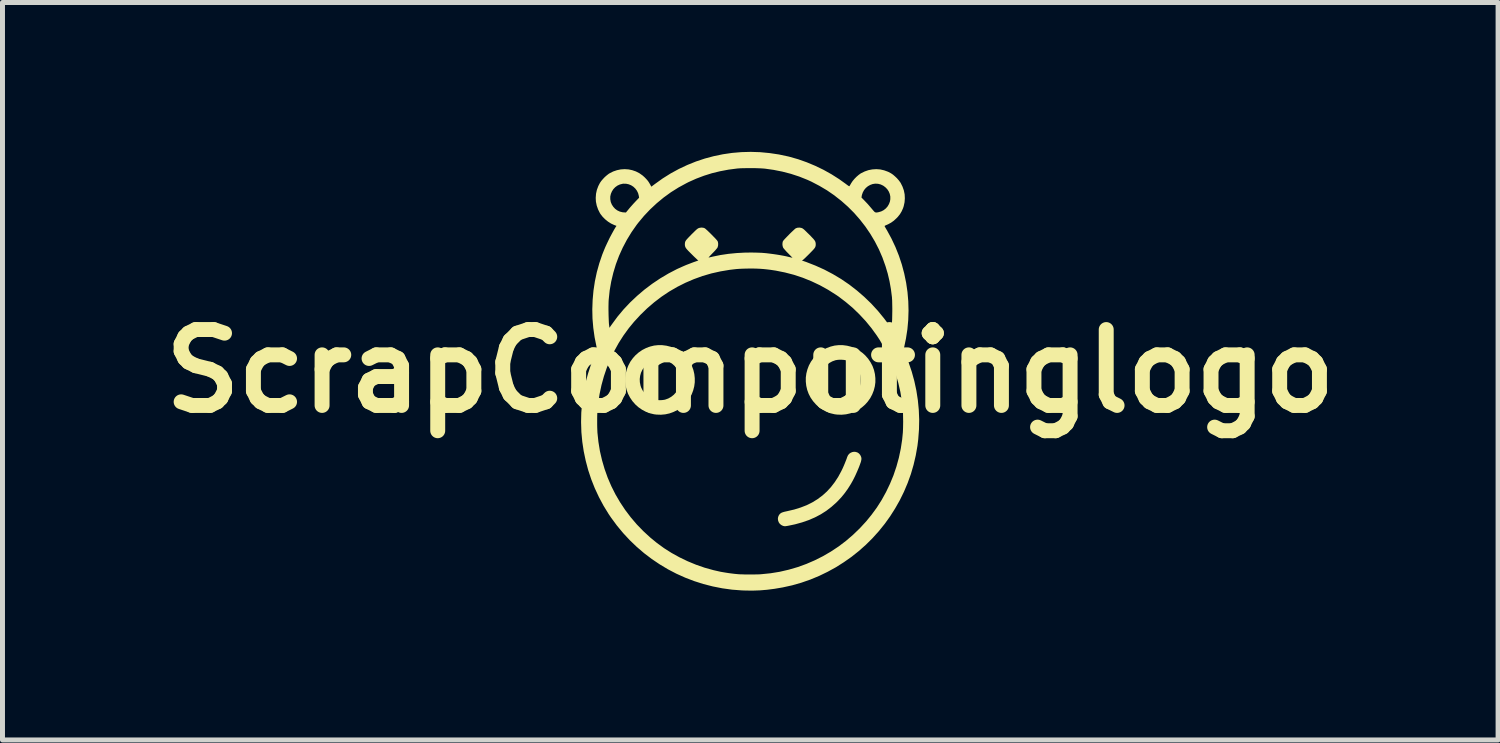
<source format=kicad_pcb>
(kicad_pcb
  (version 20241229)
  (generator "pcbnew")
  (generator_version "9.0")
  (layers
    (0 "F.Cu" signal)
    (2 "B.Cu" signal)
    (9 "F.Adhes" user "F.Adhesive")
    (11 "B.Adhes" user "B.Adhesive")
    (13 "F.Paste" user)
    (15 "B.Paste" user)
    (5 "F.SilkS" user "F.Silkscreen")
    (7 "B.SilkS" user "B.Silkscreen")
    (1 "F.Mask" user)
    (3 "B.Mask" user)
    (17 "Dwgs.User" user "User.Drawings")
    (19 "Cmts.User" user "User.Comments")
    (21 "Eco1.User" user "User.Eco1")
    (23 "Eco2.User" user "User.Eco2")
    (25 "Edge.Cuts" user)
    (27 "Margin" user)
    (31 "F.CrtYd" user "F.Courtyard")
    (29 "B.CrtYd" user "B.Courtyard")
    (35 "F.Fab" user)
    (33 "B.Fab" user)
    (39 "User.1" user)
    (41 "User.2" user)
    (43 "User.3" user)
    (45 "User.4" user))
  (footprint "ScrapComputinglogo"
    (layer "F.Cu")
    (at 12.018 4.403)
    (property "Reference" "ScrapComputinglogo" (at 0 0 0) (layer "F.SilkS") (effects (font (size 1.524 1.524) (thickness 0.3))))
    (attr board_only exclude_from_pos_files exclude_from_bom)
    (fp_poly (pts (xy 2.118 1.623) (xy 2.152 1.634) (xy 2.182 1.654) (xy 2.207 1.683) (xy 2.213 1.694) (xy 2.226 1.722) (xy 2.232 1.749) (xy 2.231 1.778) (xy 2.224 1.811) (xy 2.218 1.832) (xy 2.185 1.923) (xy 2.146 2.016) (xy 2.104 2.109) (xy 2.06 2.196) (xy 2.018 2.27) (xy 1.96 2.362) (xy 1.9 2.446) (xy 1.836 2.525) (xy 1.765 2.602) (xy 1.726 2.641) (xy 1.629 2.727) (xy 1.526 2.806) (xy 1.416 2.876) (xy 1.298 2.938) (xy 1.173 2.992) (xy 1.04 3.038) (xy 0.899 3.077) (xy 0.785 3.101) (xy 0.75 3.108) (xy 0.724 3.112) (xy 0.705 3.115) (xy 0.691 3.115) (xy 0.678 3.113) (xy 0.665 3.11) (xy 0.657 3.108) (xy 0.622 3.091) (xy 0.593 3.067) (xy 0.572 3.037) (xy 0.559 3.003) (xy 0.554 2.967) (xy 0.559 2.93) (xy 0.574 2.895) (xy 0.582 2.883) (xy 0.596 2.867) (xy 0.611 2.854) (xy 0.63 2.843) (xy 0.654 2.834) (xy 0.685 2.825) (xy 0.726 2.816) (xy 0.748 2.811) (xy 0.885 2.779) (xy 1.013 2.739) (xy 1.134 2.692) (xy 1.246 2.636) (xy 1.35 2.572) (xy 1.447 2.5) (xy 1.537 2.419) (xy 1.62 2.329) (xy 1.696 2.23) (xy 1.767 2.121) (xy 1.831 2.003) (xy 1.831 2.002) (xy 1.852 1.959) (xy 1.874 1.91) (xy 1.896 1.858) (xy 1.916 1.808) (xy 1.934 1.762) (xy 1.946 1.726) (xy 1.963 1.689) (xy 1.987 1.66) (xy 2.017 1.639) (xy 2.049 1.626) (xy 2.084 1.62)) (stroke (width 0) (type solid)) (fill yes) (layer "F.SilkS"))
    (fp_poly (pts (xy -1.766 -0.521) (xy -1.683 -0.51) (xy -1.602 -0.49) (xy -1.523 -0.459) (xy -1.448 -0.418) (xy -1.376 -0.368) (xy -1.32 -0.317) (xy -1.261 -0.25) (xy -1.211 -0.178) (xy -1.172 -0.102) (xy -1.143 -0.023) (xy -1.124 0.059) (xy -1.115 0.142) (xy -1.115 0.225) (xy -1.126 0.307) (xy -1.147 0.388) (xy -1.177 0.467) (xy -1.218 0.543) (xy -1.269 0.614) (xy -1.32 0.671) (xy -1.387 0.73) (xy -1.46 0.78) (xy -1.539 0.819) (xy -1.621 0.849) (xy -1.706 0.868) (xy -1.794 0.876) (xy -1.883 0.873) (xy -1.932 0.867) (xy -2.016 0.847) (xy -2.098 0.816) (xy -2.175 0.775) (xy -2.248 0.724) (xy -2.307 0.671) (xy -2.366 0.604) (xy -2.415 0.532) (xy -2.455 0.456) (xy -2.484 0.377) (xy -2.503 0.295) (xy -2.512 0.212) (xy -2.512 0.157) (xy -2.22 0.157) (xy -2.218 0.222) (xy -2.205 0.288) (xy -2.193 0.326) (xy -2.164 0.385) (xy -2.126 0.439) (xy -2.079 0.486) (xy -2.026 0.525) (xy -1.966 0.555) (xy -1.902 0.576) (xy -1.893 0.578) (xy -1.858 0.582) (xy -1.816 0.584) (xy -1.773 0.582) (xy -1.733 0.577) (xy -1.709 0.572) (xy -1.646 0.549) (xy -1.588 0.516) (xy -1.536 0.475) (xy -1.491 0.425) (xy -1.454 0.369) (xy -1.427 0.307) (xy -1.418 0.278) (xy -1.411 0.244) (xy -1.408 0.203) (xy -1.408 0.159) (xy -1.41 0.117) (xy -1.416 0.081) (xy -1.418 0.076) (xy -1.441 0.011) (xy -1.474 -0.048) (xy -1.516 -0.101) (xy -1.566 -0.146) (xy -1.622 -0.183) (xy -1.685 -0.21) (xy -1.712 -0.219) (xy -1.746 -0.225) (xy -1.787 -0.228) (xy -1.831 -0.229) (xy -1.873 -0.226) (xy -1.909 -0.22) (xy -1.915 -0.219) (xy -1.979 -0.196) (xy -2.038 -0.164) (xy -2.089 -0.124) (xy -2.132 -0.077) (xy -2.168 -0.025) (xy -2.195 0.033) (xy -2.212 0.094) (xy -2.22 0.157) (xy -2.512 0.157) (xy -2.512 0.129) (xy -2.501 0.047) (xy -2.48 -0.034) (xy -2.449 -0.113) (xy -2.409 -0.189) (xy -2.358 -0.26) (xy -2.307 -0.317) (xy -2.24 -0.376) (xy -2.168 -0.425) (xy -2.092 -0.464) (xy -2.013 -0.493) (xy -1.932 -0.513) (xy -1.849 -0.522)) (stroke (width 0) (type solid)) (fill yes) (layer "F.SilkS"))
    (fp_poly (pts (xy 1.861 -0.521) (xy 1.944 -0.51) (xy 2.025 -0.49) (xy 2.104 -0.459) (xy 2.179 -0.418) (xy 2.25 -0.368) (xy 2.307 -0.317) (xy 2.366 -0.25) (xy 2.415 -0.178) (xy 2.455 -0.102) (xy 2.484 -0.023) (xy 2.503 0.059) (xy 2.512 0.142) (xy 2.512 0.225) (xy 2.501 0.307) (xy 2.48 0.388) (xy 2.449 0.467) (xy 2.409 0.543) (xy 2.358 0.614) (xy 2.307 0.671) (xy 2.24 0.73) (xy 2.167 0.78) (xy 2.088 0.819) (xy 2.006 0.849) (xy 1.921 0.868) (xy 1.833 0.876) (xy 1.744 0.873) (xy 1.695 0.867) (xy 1.611 0.847) (xy 1.529 0.816) (xy 1.452 0.775) (xy 1.379 0.724) (xy 1.32 0.671) (xy 1.261 0.604) (xy 1.211 0.532) (xy 1.172 0.456) (xy 1.143 0.377) (xy 1.124 0.295) (xy 1.115 0.212) (xy 1.115 0.157) (xy 1.407 0.157) (xy 1.409 0.222) (xy 1.422 0.288) (xy 1.434 0.326) (xy 1.463 0.385) (xy 1.501 0.439) (xy 1.548 0.486) (xy 1.601 0.525) (xy 1.661 0.555) (xy 1.725 0.576) (xy 1.734 0.578) (xy 1.769 0.582) (xy 1.811 0.584) (xy 1.854 0.582) (xy 1.894 0.577) (xy 1.918 0.572) (xy 1.981 0.549) (xy 2.039 0.516) (xy 2.091 0.475) (xy 2.136 0.425) (xy 2.173 0.369) (xy 2.2 0.307) (xy 2.209 0.278) (xy 2.216 0.244) (xy 2.219 0.203) (xy 2.219 0.159) (xy 2.216 0.117) (xy 2.211 0.081) (xy 2.209 0.076) (xy 2.186 0.011) (xy 2.153 -0.048) (xy 2.111 -0.101) (xy 2.061 -0.146) (xy 2.004 -0.183) (xy 1.942 -0.21) (xy 1.915 -0.219) (xy 1.881 -0.225) (xy 1.839 -0.228) (xy 1.796 -0.229) (xy 1.754 -0.226) (xy 1.718 -0.22) (xy 1.712 -0.219) (xy 1.647 -0.196) (xy 1.589 -0.164) (xy 1.538 -0.124) (xy 1.495 -0.077) (xy 1.459 -0.025) (xy 1.432 0.033) (xy 1.415 0.094) (xy 1.407 0.157) (xy 1.115 0.157) (xy 1.115 0.129) (xy 1.126 0.047) (xy 1.147 -0.034) (xy 1.177 -0.113) (xy 1.218 -0.189) (xy 1.269 -0.26) (xy 1.32 -0.317) (xy 1.387 -0.376) (xy 1.459 -0.425) (xy 1.535 -0.464) (xy 1.614 -0.493) (xy 1.695 -0.513) (xy 1.778 -0.522)) (stroke (width 0) (type solid)) (fill yes) (layer "F.SilkS"))
    (fp_poly (pts (xy 0.197 -4.397) (xy 0.386 -4.379) (xy 0.574 -4.351) (xy 0.762 -4.311) (xy 0.786 -4.305) (xy 0.961 -4.255) (xy 1.134 -4.194) (xy 1.304 -4.123) (xy 1.47 -4.043) (xy 1.631 -3.953) (xy 1.785 -3.855) (xy 1.915 -3.762) (xy 1.944 -3.74) (xy 1.965 -3.725) (xy 1.979 -3.716) (xy 1.988 -3.713) (xy 1.992 -3.715) (xy 1.997 -3.723) (xy 2.006 -3.739) (xy 2.018 -3.759) (xy 2.027 -3.775) (xy 2.055 -3.817) (xy 2.091 -3.86) (xy 2.132 -3.902) (xy 2.175 -3.939) (xy 2.216 -3.969) (xy 2.221 -3.972) (xy 2.296 -4.009) (xy 2.373 -4.036) (xy 2.451 -4.051) (xy 2.531 -4.056) (xy 2.611 -4.05) (xy 2.689 -4.032) (xy 2.766 -4.004) (xy 2.827 -3.972) (xy 2.865 -3.946) (xy 2.905 -3.912) (xy 2.945 -3.874) (xy 2.981 -3.833) (xy 3.01 -3.794) (xy 3.02 -3.779) (xy 3.057 -3.705) (xy 3.084 -3.629) (xy 3.1 -3.55) (xy 3.104 -3.47) (xy 3.098 -3.39) (xy 3.081 -3.312) (xy 3.068 -3.272) (xy 3.04 -3.209) (xy 3.006 -3.152) (xy 2.963 -3.098) (xy 2.936 -3.07) (xy 2.883 -3.021) (xy 2.827 -2.981) (xy 2.768 -2.949) (xy 2.743 -2.938) (xy 2.722 -2.929) (xy 2.706 -2.921) (xy 2.698 -2.915) (xy 2.697 -2.913) (xy 2.7 -2.906) (xy 2.708 -2.891) (xy 2.72 -2.87) (xy 2.735 -2.844) (xy 2.745 -2.828) (xy 2.835 -2.662) (xy 2.915 -2.492) (xy 2.985 -2.317) (xy 3.044 -2.139) (xy 3.092 -1.958) (xy 3.13 -1.774) (xy 3.157 -1.588) (xy 3.173 -1.401) (xy 3.178 -1.214) (xy 3.172 -1.026) (xy 3.155 -0.839) (xy 3.126 -0.653) (xy 3.093 -0.494) (xy 3.076 -0.422) (xy 3.105 -0.357) (xy 3.179 -0.176) (xy 3.242 0.01) (xy 3.294 0.198) (xy 3.335 0.389) (xy 3.365 0.583) (xy 3.384 0.778) (xy 3.392 0.974) (xy 3.388 1.171) (xy 3.373 1.369) (xy 3.357 1.501) (xy 3.323 1.694) (xy 3.279 1.883) (xy 3.225 2.068) (xy 3.16 2.248) (xy 3.086 2.423) (xy 3.002 2.594) (xy 2.909 2.758) (xy 2.808 2.917) (xy 2.698 3.07) (xy 2.58 3.216) (xy 2.454 3.356) (xy 2.321 3.488) (xy 2.18 3.613) (xy 2.033 3.73) (xy 1.879 3.838) (xy 1.72 3.939) (xy 1.554 4.03) (xy 1.383 4.113) (xy 1.207 4.186) (xy 1.026 4.249) (xy 0.841 4.302) (xy 0.651 4.344) (xy 0.486 4.372) (xy 0.339 4.391) (xy 0.197 4.403) (xy 0.058 4.408) (xy -0.083 4.407) (xy -0.17 4.404) (xy -0.367 4.389) (xy -0.562 4.362) (xy -0.754 4.324) (xy -0.942 4.276) (xy -1.127 4.217) (xy -1.307 4.148) (xy -1.483 4.069) (xy -1.654 3.98) (xy -1.819 3.881) (xy -1.979 3.773) (xy -2.133 3.656) (xy -2.28 3.53) (xy -2.421 3.395) (xy -2.554 3.252) (xy -2.679 3.101) (xy -2.797 2.941) (xy -2.845 2.87) (xy -2.948 2.702) (xy -3.04 2.53) (xy -3.122 2.354) (xy -3.194 2.173) (xy -3.255 1.989) (xy -3.305 1.801) (xy -3.345 1.611) (xy -3.374 1.419) (xy -3.392 1.226) (xy -3.398 1.031) (xy -3.398 1.008) (xy -3.075 1.008) (xy -3.075 1.07) (xy -3.074 1.129) (xy -3.072 1.183) (xy -3.07 1.228) (xy -3.07 1.233) (xy -3.05 1.421) (xy -3.02 1.606) (xy -2.978 1.788) (xy -2.926 1.966) (xy -2.864 2.14) (xy -2.791 2.31) (xy -2.708 2.475) (xy -2.615 2.634) (xy -2.512 2.789) (xy -2.4 2.937) (xy -2.279 3.079) (xy -2.148 3.214) (xy -2.009 3.342) (xy -1.877 3.45) (xy -1.733 3.555) (xy -1.582 3.651) (xy -1.423 3.739) (xy -1.259 3.818) (xy -1.09 3.888) (xy -0.917 3.948) (xy -0.741 3.997) (xy -0.596 4.03) (xy -0.55 4.038) (xy -0.496 4.047) (xy -0.438 4.056) (xy -0.378 4.064) (xy -0.321 4.071) (xy -0.27 4.076) (xy -0.238 4.079) (xy -0.202 4.081) (xy -0.157 4.082) (xy -0.105 4.084) (xy -0.049 4.084) (xy 0.009 4.084) (xy 0.065 4.084) (xy 0.119 4.083) (xy 0.166 4.082) (xy 0.206 4.08) (xy 0.218 4.079) (xy 0.406 4.06) (xy 0.591 4.03) (xy 0.772 3.988) (xy 0.951 3.936) (xy 1.125 3.873) (xy 1.294 3.8) (xy 1.459 3.717) (xy 1.619 3.624) (xy 1.773 3.522) (xy 1.921 3.41) (xy 2.063 3.288) (xy 2.198 3.158) (xy 2.327 3.018) (xy 2.434 2.887) (xy 2.541 2.741) (xy 2.639 2.587) (xy 2.727 2.427) (xy 2.806 2.262) (xy 2.876 2.092) (xy 2.935 1.917) (xy 2.984 1.739) (xy 3.022 1.559) (xy 3.05 1.376) (xy 3.064 1.233) (xy 3.066 1.189) (xy 3.068 1.137) (xy 3.069 1.078) (xy 3.07 1.017) (xy 3.069 0.955) (xy 3.068 0.896) (xy 3.067 0.843) (xy 3.064 0.797) (xy 3.064 0.792) (xy 3.044 0.604) (xy 3.014 0.418) (xy 2.972 0.235) (xy 2.919 0.056) (xy 2.855 -0.121) (xy 2.781 -0.293) (xy 2.695 -0.461) (xy 2.6 -0.624) (xy 2.541 -0.714) (xy 2.434 -0.862) (xy 2.317 -1.005) (xy 2.191 -1.14) (xy 2.058 -1.269) (xy 1.917 -1.388) (xy 1.771 -1.499) (xy 1.724 -1.531) (xy 1.563 -1.633) (xy 1.397 -1.725) (xy 1.228 -1.805) (xy 1.055 -1.875) (xy 0.877 -1.934) (xy 0.696 -1.981) (xy 0.512 -2.018) (xy 0.407 -2.034) (xy 0.333 -2.043) (xy 0.265 -2.05) (xy 0.199 -2.055) (xy 0.132 -2.058) (xy 0.059 -2.06) (xy -0.003 -2.06) (xy -0.082 -2.059) (xy -0.153 -2.057) (xy -0.22 -2.054) (xy -0.286 -2.049) (xy -0.355 -2.041) (xy -0.413 -2.034) (xy -0.598 -2.003) (xy -0.781 -1.962) (xy -0.959 -1.91) (xy -1.133 -1.847) (xy -1.303 -1.774) (xy -1.468 -1.691) (xy -1.628 -1.598) (xy -1.782 -1.495) (xy -1.93 -1.382) (xy -2.072 -1.26) (xy -2.207 -1.129) (xy -2.336 -0.989) (xy -2.441 -0.861) (xy -2.547 -0.715) (xy -2.644 -0.563) (xy -2.732 -0.403) (xy -2.811 -0.239) (xy -2.881 -0.069) (xy -2.94 0.105) (xy -2.989 0.283) (xy -3.027 0.463) (xy -3.055 0.644) (xy -3.07 0.792) (xy -3.072 0.836) (xy -3.074 0.888) (xy -3.075 0.947) (xy -3.075 1.008) (xy -3.398 1.008) (xy -3.394 0.836) (xy -3.378 0.64) (xy -3.351 0.445) (xy -3.334 0.35) (xy -3.3 0.199) (xy -3.257 0.045) (xy -3.207 -0.109) (xy -3.151 -0.26) (xy -3.102 -0.377) (xy -3.075 -0.437) (xy -3.09 -0.498) (xy -3.127 -0.682) (xy -3.153 -0.868) (xy -3.169 -1.055) (xy -3.173 -1.243) (xy -3.171 -1.292) (xy -2.848 -1.292) (xy -2.848 -1.235) (xy -2.847 -1.177) (xy -2.846 -1.119) (xy -2.844 -1.063) (xy -2.842 -1.013) (xy -2.84 -0.969) (xy -2.837 -0.934) (xy -2.836 -0.93) (xy -2.829 -0.87) (xy -2.781 -0.938) (xy -2.668 -1.092) (xy -2.545 -1.239) (xy -2.413 -1.379) (xy -2.272 -1.512) (xy -2.125 -1.637) (xy -1.97 -1.754) (xy -1.809 -1.862) (xy -1.642 -1.961) (xy -1.471 -2.05) (xy -1.373 -2.094) (xy -1.33 -2.113) (xy -1.283 -2.133) (xy -1.233 -2.152) (xy -1.184 -2.171) (xy -1.139 -2.188) (xy -1.101 -2.201) (xy -1.087 -2.206) (xy -1.064 -2.214) (xy -1.05 -2.22) (xy -1.044 -2.225) (xy -1.047 -2.228) (xy -1.051 -2.228) (xy -1.057 -2.232) (xy -1.07 -2.243) (xy -1.088 -2.261) (xy -1.112 -2.283) (xy -1.139 -2.309) (xy -1.169 -2.339) (xy -1.173 -2.343) (xy -1.211 -2.381) (xy -1.242 -2.412) (xy -1.266 -2.438) (xy -1.284 -2.459) (xy -1.297 -2.478) (xy -1.305 -2.494) (xy -1.31 -2.51) (xy -1.313 -2.526) (xy -1.314 -2.543) (xy -1.314 -2.548) (xy -1.313 -2.566) (xy -1.311 -2.582) (xy -1.307 -2.598) (xy -1.299 -2.614) (xy -1.287 -2.632) (xy -1.27 -2.652) (xy -1.247 -2.677) (xy -1.218 -2.707) (xy -1.182 -2.744) (xy -1.174 -2.752) (xy -1.14 -2.785) (xy -1.113 -2.812) (xy -1.092 -2.832) (xy -1.075 -2.847) (xy -1.062 -2.857) (xy -1.051 -2.865) (xy -1.041 -2.87) (xy -1.032 -2.873) (xy -1.025 -2.876) (xy -0.983 -2.883) (xy -0.943 -2.879) (xy -0.913 -2.868) (xy -0.903 -2.86) (xy -0.887 -2.846) (xy -0.864 -2.826) (xy -0.838 -2.801) (xy -0.809 -2.773) (xy -0.778 -2.742) (xy -0.774 -2.738) (xy -0.74 -2.703) (xy -0.712 -2.675) (xy -0.692 -2.653) (xy -0.676 -2.635) (xy -0.665 -2.622) (xy -0.658 -2.611) (xy -0.653 -2.602) (xy -0.65 -2.593) (xy -0.65 -2.593) (xy -0.645 -2.558) (xy -0.647 -2.521) (xy -0.656 -2.487) (xy -0.659 -2.481) (xy -0.666 -2.47) (xy -0.681 -2.452) (xy -0.7 -2.429) (xy -0.724 -2.403) (xy -0.751 -2.375) (xy -0.757 -2.369) (xy -0.782 -2.343) (xy -0.804 -2.32) (xy -0.821 -2.301) (xy -0.833 -2.288) (xy -0.839 -2.281) (xy -0.839 -2.281) (xy -0.832 -2.282) (xy -0.816 -2.285) (xy -0.793 -2.29) (xy -0.766 -2.296) (xy -0.761 -2.298) (xy -0.6 -2.331) (xy -0.438 -2.355) (xy -0.274 -2.371) (xy -0.104 -2.38) (xy -0.003 -2.381) (xy 0.046 -2.381) (xy 0.095 -2.38) (xy 0.143 -2.379) (xy 0.187 -2.377) (xy 0.224 -2.376) (xy 0.25 -2.374) (xy 0.32 -2.368) (xy 0.395 -2.359) (xy 0.471 -2.349) (xy 0.545 -2.338) (xy 0.616 -2.326) (xy 0.68 -2.314) (xy 0.728 -2.304) (xy 0.756 -2.297) (xy 0.786 -2.29) (xy 0.811 -2.284) (xy 0.812 -2.284) (xy 0.848 -2.276) (xy 0.759 -2.367) (xy 0.731 -2.395) (xy 0.706 -2.423) (xy 0.685 -2.447) (xy 0.669 -2.466) (xy 0.66 -2.479) (xy 0.659 -2.481) (xy 0.649 -2.513) (xy 0.645 -2.55) (xy 0.649 -2.586) (xy 0.65 -2.593) (xy 0.653 -2.602) (xy 0.658 -2.611) (xy 0.665 -2.622) (xy 0.676 -2.635) (xy 0.691 -2.652) (xy 0.712 -2.674) (xy 0.739 -2.702) (xy 0.774 -2.737) (xy 0.774 -2.738) (xy 0.805 -2.769) (xy 0.835 -2.798) (xy 0.862 -2.823) (xy 0.884 -2.844) (xy 0.902 -2.859) (xy 0.912 -2.867) (xy 0.913 -2.868) (xy 0.95 -2.88) (xy 0.99 -2.882) (xy 1.025 -2.876) (xy 1.035 -2.872) (xy 1.045 -2.868) (xy 1.055 -2.862) (xy 1.066 -2.854) (xy 1.081 -2.842) (xy 1.099 -2.825) (xy 1.122 -2.803) (xy 1.151 -2.774) (xy 1.174 -2.752) (xy 1.212 -2.714) (xy 1.242 -2.682) (xy 1.266 -2.657) (xy 1.284 -2.635) (xy 1.297 -2.617) (xy 1.305 -2.601) (xy 1.31 -2.585) (xy 1.313 -2.57) (xy 1.314 -2.552) (xy 1.314 -2.551) (xy 1.314 -2.532) (xy 1.312 -2.516) (xy 1.308 -2.501) (xy 1.302 -2.486) (xy 1.291 -2.469) (xy 1.276 -2.45) (xy 1.255 -2.427) (xy 1.228 -2.399) (xy 1.194 -2.364) (xy 1.187 -2.357) (xy 1.157 -2.327) (xy 1.128 -2.299) (xy 1.103 -2.274) (xy 1.081 -2.254) (xy 1.066 -2.24) (xy 1.057 -2.233) (xy 1.037 -2.221) (xy 1.124 -2.191) (xy 1.306 -2.12) (xy 1.484 -2.04) (xy 1.657 -1.949) (xy 1.825 -1.849) (xy 1.986 -1.739) (xy 2.141 -1.619) (xy 2.289 -1.491) (xy 2.43 -1.355) (xy 2.563 -1.21) (xy 2.688 -1.057) (xy 2.724 -1.009) (xy 2.746 -0.98) (xy 2.767 -0.951) (xy 2.786 -0.924) (xy 2.8 -0.903) (xy 2.806 -0.895) (xy 2.829 -0.859) (xy 2.833 -0.878) (xy 2.835 -0.891) (xy 2.838 -0.912) (xy 2.841 -0.94) (xy 2.844 -0.969) (xy 2.847 -1.001) (xy 2.849 -1.043) (xy 2.85 -1.092) (xy 2.851 -1.147) (xy 2.852 -1.204) (xy 2.852 -1.262) (xy 2.851 -1.319) (xy 2.85 -1.372) (xy 2.849 -1.42) (xy 2.846 -1.46) (xy 2.845 -1.483) (xy 2.824 -1.648) (xy 2.796 -1.806) (xy 2.76 -1.959) (xy 2.715 -2.11) (xy 2.661 -2.261) (xy 2.654 -2.281) (xy 2.583 -2.445) (xy 2.502 -2.603) (xy 2.411 -2.756) (xy 2.311 -2.903) (xy 2.202 -3.043) (xy 2.085 -3.177) (xy 1.96 -3.302) (xy 1.827 -3.42) (xy 1.742 -3.486) (xy 2.233 -3.486) (xy 2.279 -3.439) (xy 2.321 -3.395) (xy 2.36 -3.354) (xy 2.397 -3.311) (xy 2.437 -3.264) (xy 2.448 -3.251) (xy 2.471 -3.224) (xy 2.488 -3.205) (xy 2.502 -3.193) (xy 2.516 -3.187) (xy 2.531 -3.185) (xy 2.551 -3.187) (xy 2.576 -3.192) (xy 2.577 -3.192) (xy 2.631 -3.208) (xy 2.679 -3.233) (xy 2.722 -3.267) (xy 2.758 -3.308) (xy 2.786 -3.356) (xy 2.805 -3.408) (xy 2.812 -3.452) (xy 2.812 -3.507) (xy 2.801 -3.559) (xy 2.78 -3.609) (xy 2.75 -3.654) (xy 2.713 -3.692) (xy 2.67 -3.724) (xy 2.62 -3.748) (xy 2.566 -3.762) (xy 2.565 -3.762) (xy 2.511 -3.765) (xy 2.458 -3.757) (xy 2.408 -3.739) (xy 2.362 -3.713) (xy 2.321 -3.679) (xy 2.286 -3.637) (xy 2.26 -3.59) (xy 2.242 -3.538) (xy 2.239 -3.523) (xy 2.233 -3.486) (xy 1.742 -3.486) (xy 1.687 -3.53) (xy 1.54 -3.631) (xy 1.386 -3.722) (xy 1.227 -3.805) (xy 1.146 -3.842) (xy 0.983 -3.907) (xy 0.815 -3.962) (xy 0.642 -4.007) (xy 0.465 -4.042) (xy 0.295 -4.066) (xy 0.258 -4.069) (xy 0.212 -4.072) (xy 0.159 -4.074) (xy 0.101 -4.076) (xy 0.039 -4.076) (xy -0.022 -4.077) (xy -0.083 -4.076) (xy -0.14 -4.075) (xy -0.191 -4.074) (xy -0.235 -4.071) (xy -0.261 -4.069) (xy -0.438 -4.046) (xy -0.607 -4.014) (xy -0.771 -3.974) (xy -0.93 -3.924) (xy -1.086 -3.865) (xy -1.24 -3.796) (xy -1.283 -3.774) (xy -1.441 -3.688) (xy -1.594 -3.592) (xy -1.74 -3.486) (xy -1.879 -3.371) (xy -2.011 -3.248) (xy -2.135 -3.117) (xy -2.25 -2.979) (xy -2.281 -2.939) (xy -2.384 -2.792) (xy -2.478 -2.638) (xy -2.562 -2.479) (xy -2.636 -2.315) (xy -2.699 -2.147) (xy -2.751 -1.975) (xy -2.793 -1.799) (xy -2.824 -1.621) (xy -2.843 -1.44) (xy -2.844 -1.428) (xy -2.846 -1.39) (xy -2.847 -1.344) (xy -2.848 -1.292) (xy -3.171 -1.292) (xy -3.166 -1.431) (xy -3.149 -1.618) (xy -3.121 -1.803) (xy -3.082 -1.987) (xy -3.032 -2.167) (xy -2.972 -2.343) (xy -2.933 -2.44) (xy -2.909 -2.497) (xy -2.881 -2.557) (xy -2.851 -2.62) (xy -2.821 -2.682) (xy -2.789 -2.742) (xy -2.759 -2.797) (xy -2.731 -2.847) (xy -2.706 -2.889) (xy -2.697 -2.902) (xy -2.687 -2.917) (xy -2.735 -2.935) (xy -2.797 -2.964) (xy -2.857 -3.002) (xy -2.914 -3.048) (xy -2.965 -3.099) (xy -3.007 -3.153) (xy -3.02 -3.173) (xy -3.057 -3.247) (xy -3.084 -3.324) (xy -3.1 -3.403) (xy -3.103 -3.452) (xy -2.812 -3.452) (xy -2.812 -3.452) (xy -2.802 -3.396) (xy -2.781 -3.345) (xy -2.751 -3.299) (xy -2.714 -3.259) (xy -2.67 -3.227) (xy -2.621 -3.204) (xy -2.566 -3.19) (xy -2.527 -3.187) (xy -2.497 -3.186) (xy -2.436 -3.26) (xy -2.41 -3.291) (xy -2.378 -3.327) (xy -2.345 -3.364) (xy -2.314 -3.397) (xy -2.304 -3.408) (xy -2.233 -3.482) (xy -2.239 -3.521) (xy -2.253 -3.574) (xy -2.277 -3.623) (xy -2.309 -3.666) (xy -2.348 -3.703) (xy -2.393 -3.732) (xy -2.442 -3.752) (xy -2.494 -3.763) (xy -2.548 -3.764) (xy -2.565 -3.762) (xy -2.62 -3.748) (xy -2.669 -3.725) (xy -2.713 -3.693) (xy -2.75 -3.654) (xy -2.779 -3.609) (xy -2.8 -3.56) (xy -2.812 -3.507) (xy -2.812 -3.452) (xy -3.103 -3.452) (xy -3.104 -3.482) (xy -3.098 -3.562) (xy -3.081 -3.64) (xy -3.052 -3.717) (xy -3.02 -3.779) (xy -2.994 -3.817) (xy -2.96 -3.857) (xy -2.922 -3.897) (xy -2.882 -3.932) (xy -2.843 -3.962) (xy -2.827 -3.972) (xy -2.754 -4.009) (xy -2.678 -4.035) (xy -2.601 -4.051) (xy -2.523 -4.056) (xy -2.445 -4.051) (xy -2.37 -4.035) (xy -2.297 -4.01) (xy -2.227 -3.974) (xy -2.162 -3.928) (xy -2.121 -3.891) (xy -2.091 -3.86) (xy -2.067 -3.833) (xy -2.047 -3.807) (xy -2.028 -3.777) (xy -2.009 -3.744) (xy -1.987 -3.704) (xy -1.915 -3.758) (xy -1.76 -3.869) (xy -1.599 -3.97) (xy -1.434 -4.06) (xy -1.264 -4.14) (xy -1.09 -4.21) (xy -0.913 -4.269) (xy -0.733 -4.317) (xy -0.55 -4.355) (xy -0.365 -4.382) (xy -0.179 -4.398) (xy 0.009 -4.403)) (stroke (width 0) (type solid)) (fill yes) (layer "F.SilkS")))
  (gr_rect
    (start -3 -3)
    (end 27.036 11.811)
    (stroke (width 0.1) (type default))
    (fill no)
    (layer "Edge.Cuts")))
</source>
